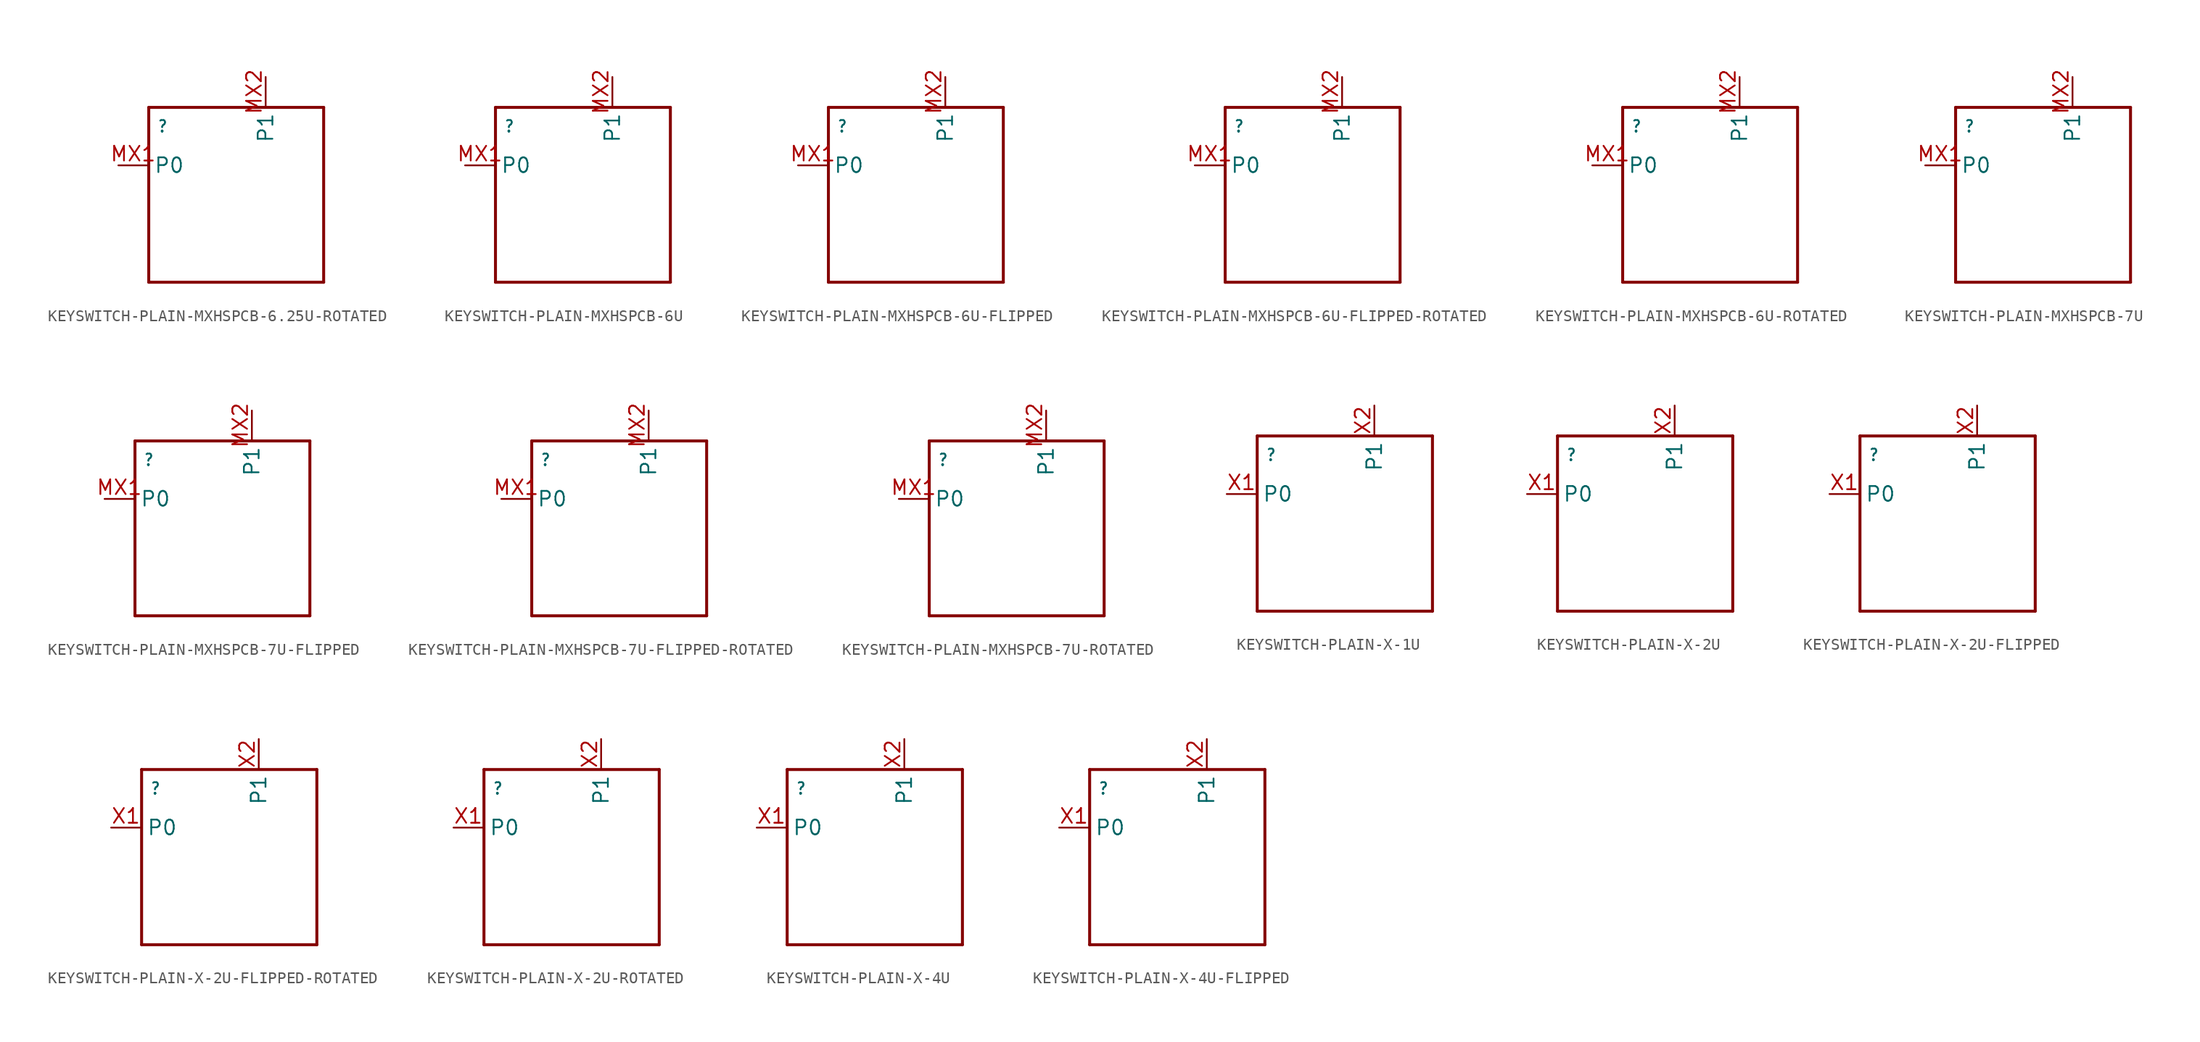
<source format=kicad_sym>
(kicad_symbol_lib
  (version 20211014)
  (generator kicad_symbol_editor)
  (symbol "KEYSWITCH-PLAIN-MXHSPCB-6.25U-ROTATED"
    (property "Reference" ""
      (at -6.81 5.318 0)
      (effects (font (size 1 0.85)) (justify left bottom)))
    (property "ki_locked" ""
      (at 0 0 0)
      (effects (font (size 1.27 1.27))))
    (symbol "KEYSWITCH-PLAIN-MXHSPCB-6.25U-ROTATED_1_0"
      (polyline (pts (xy -7.54 -7.54) (xy -7.54 7.54)) (stroke (width 0.254) (type default) (color 0 0 0 0)) (fill (type none)))
      (polyline (pts (xy -7.54 7.54) (xy 7.54 7.54)) (stroke (width 0.254) (type default) (color 0 0 0 0)) (fill (type none)))
      (polyline (pts (xy 7.54 -7.54) (xy -7.54 -7.54)) (stroke (width 0.254) (type default) (color 0 0 0 0)) (fill (type none)))
      (polyline (pts (xy 7.54 7.54) (xy 7.54 -7.54)) (stroke (width 0.254) (type default) (color 0 0 0 0)) (fill (type none)))
      (pin bidirectional line (at -10.16 2.54 0) (length 2.54) (name "P0" (effects (font (size 1.27 1.27)))) (number "MX1" (effects (font (size 1.27 1.27)))))
      (pin bidirectional line (at 2.54 10.16 270) (length 2.54) (name "P1" (effects (font (size 1.27 1.27)))) (number "MX2" (effects (font (size 1.27 1.27)))))))
  (symbol "KEYSWITCH-PLAIN-MXHSPCB-6U"
    (property "Reference" ""
      (at -6.81 5.318 0)
      (effects (font (size 1 0.85)) (justify left bottom)))
    (property "ki_locked" ""
      (at 0 0 0)
      (effects (font (size 1.27 1.27))))
    (symbol "KEYSWITCH-PLAIN-MXHSPCB-6U_1_0"
      (polyline (pts (xy -7.54 -7.54) (xy -7.54 7.54)) (stroke (width 0.254) (type default) (color 0 0 0 0)) (fill (type none)))
      (polyline (pts (xy -7.54 7.54) (xy 7.54 7.54)) (stroke (width 0.254) (type default) (color 0 0 0 0)) (fill (type none)))
      (polyline (pts (xy 7.54 -7.54) (xy -7.54 -7.54)) (stroke (width 0.254) (type default) (color 0 0 0 0)) (fill (type none)))
      (polyline (pts (xy 7.54 7.54) (xy 7.54 -7.54)) (stroke (width 0.254) (type default) (color 0 0 0 0)) (fill (type none)))
      (pin bidirectional line (at -10.16 2.54 0) (length 2.54) (name "P0" (effects (font (size 1.27 1.27)))) (number "MX1" (effects (font (size 1.27 1.27)))))
      (pin bidirectional line (at 2.54 10.16 270) (length 2.54) (name "P1" (effects (font (size 1.27 1.27)))) (number "MX2" (effects (font (size 1.27 1.27)))))))
  (symbol "KEYSWITCH-PLAIN-MXHSPCB-6U-FLIPPED"
    (property "Reference" ""
      (at -6.81 5.318 0)
      (effects (font (size 1 0.85)) (justify left bottom)))
    (property "ki_locked" ""
      (at 0 0 0)
      (effects (font (size 1.27 1.27))))
    (symbol "KEYSWITCH-PLAIN-MXHSPCB-6U-FLIPPED_1_0"
      (polyline (pts (xy -7.54 -7.54) (xy -7.54 7.54)) (stroke (width 0.254) (type default) (color 0 0 0 0)) (fill (type none)))
      (polyline (pts (xy -7.54 7.54) (xy 7.54 7.54)) (stroke (width 0.254) (type default) (color 0 0 0 0)) (fill (type none)))
      (polyline (pts (xy 7.54 -7.54) (xy -7.54 -7.54)) (stroke (width 0.254) (type default) (color 0 0 0 0)) (fill (type none)))
      (polyline (pts (xy 7.54 7.54) (xy 7.54 -7.54)) (stroke (width 0.254) (type default) (color 0 0 0 0)) (fill (type none)))
      (pin bidirectional line (at -10.16 2.54 0) (length 2.54) (name "P0" (effects (font (size 1.27 1.27)))) (number "MX1" (effects (font (size 1.27 1.27)))))
      (pin bidirectional line (at 2.54 10.16 270) (length 2.54) (name "P1" (effects (font (size 1.27 1.27)))) (number "MX2" (effects (font (size 1.27 1.27)))))))
  (symbol "KEYSWITCH-PLAIN-MXHSPCB-6U-FLIPPED-ROTATED"
    (property "Reference" ""
      (at -6.81 5.318 0)
      (effects (font (size 1 0.85)) (justify left bottom)))
    (property "ki_locked" ""
      (at 0 0 0)
      (effects (font (size 1.27 1.27))))
    (symbol "KEYSWITCH-PLAIN-MXHSPCB-6U-FLIPPED-ROTATED_1_0"
      (polyline (pts (xy -7.54 -7.54) (xy -7.54 7.54)) (stroke (width 0.254) (type default) (color 0 0 0 0)) (fill (type none)))
      (polyline (pts (xy -7.54 7.54) (xy 7.54 7.54)) (stroke (width 0.254) (type default) (color 0 0 0 0)) (fill (type none)))
      (polyline (pts (xy 7.54 -7.54) (xy -7.54 -7.54)) (stroke (width 0.254) (type default) (color 0 0 0 0)) (fill (type none)))
      (polyline (pts (xy 7.54 7.54) (xy 7.54 -7.54)) (stroke (width 0.254) (type default) (color 0 0 0 0)) (fill (type none)))
      (pin bidirectional line (at -10.16 2.54 0) (length 2.54) (name "P0" (effects (font (size 1.27 1.27)))) (number "MX1" (effects (font (size 1.27 1.27)))))
      (pin bidirectional line (at 2.54 10.16 270) (length 2.54) (name "P1" (effects (font (size 1.27 1.27)))) (number "MX2" (effects (font (size 1.27 1.27)))))))
  (symbol "KEYSWITCH-PLAIN-MXHSPCB-6U-ROTATED"
    (property "Reference" ""
      (at -6.81 5.318 0)
      (effects (font (size 1 0.85)) (justify left bottom)))
    (property "ki_locked" ""
      (at 0 0 0)
      (effects (font (size 1.27 1.27))))
    (symbol "KEYSWITCH-PLAIN-MXHSPCB-6U-ROTATED_1_0"
      (polyline (pts (xy -7.54 -7.54) (xy -7.54 7.54)) (stroke (width 0.254) (type default) (color 0 0 0 0)) (fill (type none)))
      (polyline (pts (xy -7.54 7.54) (xy 7.54 7.54)) (stroke (width 0.254) (type default) (color 0 0 0 0)) (fill (type none)))
      (polyline (pts (xy 7.54 -7.54) (xy -7.54 -7.54)) (stroke (width 0.254) (type default) (color 0 0 0 0)) (fill (type none)))
      (polyline (pts (xy 7.54 7.54) (xy 7.54 -7.54)) (stroke (width 0.254) (type default) (color 0 0 0 0)) (fill (type none)))
      (pin bidirectional line (at -10.16 2.54 0) (length 2.54) (name "P0" (effects (font (size 1.27 1.27)))) (number "MX1" (effects (font (size 1.27 1.27)))))
      (pin bidirectional line (at 2.54 10.16 270) (length 2.54) (name "P1" (effects (font (size 1.27 1.27)))) (number "MX2" (effects (font (size 1.27 1.27)))))))
  (symbol "KEYSWITCH-PLAIN-MXHSPCB-7U"
    (property "Reference" ""
      (at -6.81 5.318 0)
      (effects (font (size 1 0.85)) (justify left bottom)))
    (property "ki_locked" ""
      (at 0 0 0)
      (effects (font (size 1.27 1.27))))
    (symbol "KEYSWITCH-PLAIN-MXHSPCB-7U_1_0"
      (polyline (pts (xy -7.54 -7.54) (xy -7.54 7.54)) (stroke (width 0.254) (type default) (color 0 0 0 0)) (fill (type none)))
      (polyline (pts (xy -7.54 7.54) (xy 7.54 7.54)) (stroke (width 0.254) (type default) (color 0 0 0 0)) (fill (type none)))
      (polyline (pts (xy 7.54 -7.54) (xy -7.54 -7.54)) (stroke (width 0.254) (type default) (color 0 0 0 0)) (fill (type none)))
      (polyline (pts (xy 7.54 7.54) (xy 7.54 -7.54)) (stroke (width 0.254) (type default) (color 0 0 0 0)) (fill (type none)))
      (pin bidirectional line (at -10.16 2.54 0) (length 2.54) (name "P0" (effects (font (size 1.27 1.27)))) (number "MX1" (effects (font (size 1.27 1.27)))))
      (pin bidirectional line (at 2.54 10.16 270) (length 2.54) (name "P1" (effects (font (size 1.27 1.27)))) (number "MX2" (effects (font (size 1.27 1.27)))))))
  (symbol "KEYSWITCH-PLAIN-MXHSPCB-7U-FLIPPED"
    (property "Reference" ""
      (at -6.81 5.318 0)
      (effects (font (size 1 0.85)) (justify left bottom)))
    (property "ki_locked" ""
      (at 0 0 0)
      (effects (font (size 1.27 1.27))))
    (symbol "KEYSWITCH-PLAIN-MXHSPCB-7U-FLIPPED_1_0"
      (polyline (pts (xy -7.54 -7.54) (xy -7.54 7.54)) (stroke (width 0.254) (type default) (color 0 0 0 0)) (fill (type none)))
      (polyline (pts (xy -7.54 7.54) (xy 7.54 7.54)) (stroke (width 0.254) (type default) (color 0 0 0 0)) (fill (type none)))
      (polyline (pts (xy 7.54 -7.54) (xy -7.54 -7.54)) (stroke (width 0.254) (type default) (color 0 0 0 0)) (fill (type none)))
      (polyline (pts (xy 7.54 7.54) (xy 7.54 -7.54)) (stroke (width 0.254) (type default) (color 0 0 0 0)) (fill (type none)))
      (pin bidirectional line (at -10.16 2.54 0) (length 2.54) (name "P0" (effects (font (size 1.27 1.27)))) (number "MX1" (effects (font (size 1.27 1.27)))))
      (pin bidirectional line (at 2.54 10.16 270) (length 2.54) (name "P1" (effects (font (size 1.27 1.27)))) (number "MX2" (effects (font (size 1.27 1.27)))))))
  (symbol "KEYSWITCH-PLAIN-MXHSPCB-7U-FLIPPED-ROTATED"
    (property "Reference" ""
      (at -6.81 5.318 0)
      (effects (font (size 1 0.85)) (justify left bottom)))
    (property "ki_locked" ""
      (at 0 0 0)
      (effects (font (size 1.27 1.27))))
    (symbol "KEYSWITCH-PLAIN-MXHSPCB-7U-FLIPPED-ROTATED_1_0"
      (polyline (pts (xy -7.54 -7.54) (xy -7.54 7.54)) (stroke (width 0.254) (type default) (color 0 0 0 0)) (fill (type none)))
      (polyline (pts (xy -7.54 7.54) (xy 7.54 7.54)) (stroke (width 0.254) (type default) (color 0 0 0 0)) (fill (type none)))
      (polyline (pts (xy 7.54 -7.54) (xy -7.54 -7.54)) (stroke (width 0.254) (type default) (color 0 0 0 0)) (fill (type none)))
      (polyline (pts (xy 7.54 7.54) (xy 7.54 -7.54)) (stroke (width 0.254) (type default) (color 0 0 0 0)) (fill (type none)))
      (pin bidirectional line (at -10.16 2.54 0) (length 2.54) (name "P0" (effects (font (size 1.27 1.27)))) (number "MX1" (effects (font (size 1.27 1.27)))))
      (pin bidirectional line (at 2.54 10.16 270) (length 2.54) (name "P1" (effects (font (size 1.27 1.27)))) (number "MX2" (effects (font (size 1.27 1.27)))))))
  (symbol "KEYSWITCH-PLAIN-MXHSPCB-7U-ROTATED"
    (property "Reference" ""
      (at -6.81 5.318 0)
      (effects (font (size 1 0.85)) (justify left bottom)))
    (property "ki_locked" ""
      (at 0 0 0)
      (effects (font (size 1.27 1.27))))
    (symbol "KEYSWITCH-PLAIN-MXHSPCB-7U-ROTATED_1_0"
      (polyline (pts (xy -7.54 -7.54) (xy -7.54 7.54)) (stroke (width 0.254) (type default) (color 0 0 0 0)) (fill (type none)))
      (polyline (pts (xy -7.54 7.54) (xy 7.54 7.54)) (stroke (width 0.254) (type default) (color 0 0 0 0)) (fill (type none)))
      (polyline (pts (xy 7.54 -7.54) (xy -7.54 -7.54)) (stroke (width 0.254) (type default) (color 0 0 0 0)) (fill (type none)))
      (polyline (pts (xy 7.54 7.54) (xy 7.54 -7.54)) (stroke (width 0.254) (type default) (color 0 0 0 0)) (fill (type none)))
      (pin bidirectional line (at -10.16 2.54 0) (length 2.54) (name "P0" (effects (font (size 1.27 1.27)))) (number "MX1" (effects (font (size 1.27 1.27)))))
      (pin bidirectional line (at 2.54 10.16 270) (length 2.54) (name "P1" (effects (font (size 1.27 1.27)))) (number "MX2" (effects (font (size 1.27 1.27)))))))
  (symbol "KEYSWITCH-PLAIN-X-1U"
    (property "Reference" ""
      (at -6.81 5.318 0)
      (effects (font (size 1 0.85)) (justify left bottom)))
    (property "ki_locked" ""
      (at 0 0 0)
      (effects (font (size 1.27 1.27))))
    (symbol "KEYSWITCH-PLAIN-X-1U_1_0"
      (polyline (pts (xy -7.54 -7.54) (xy -7.54 7.54)) (stroke (width 0.254) (type default) (color 0 0 0 0)) (fill (type none)))
      (polyline (pts (xy -7.54 7.54) (xy 7.54 7.54)) (stroke (width 0.254) (type default) (color 0 0 0 0)) (fill (type none)))
      (polyline (pts (xy 7.54 -7.54) (xy -7.54 -7.54)) (stroke (width 0.254) (type default) (color 0 0 0 0)) (fill (type none)))
      (polyline (pts (xy 7.54 7.54) (xy 7.54 -7.54)) (stroke (width 0.254) (type default) (color 0 0 0 0)) (fill (type none)))
      (pin bidirectional line (at -10.16 2.54 0) (length 2.54) (name "P0" (effects (font (size 1.27 1.27)))) (number "X1" (effects (font (size 1.27 1.27)))))
      (pin bidirectional line (at 2.54 10.16 270) (length 2.54) (name "P1" (effects (font (size 1.27 1.27)))) (number "X2" (effects (font (size 1.27 1.27)))))))
  (symbol "KEYSWITCH-PLAIN-X-2U"
    (property "Reference" ""
      (at -6.81 5.318 0)
      (effects (font (size 1 0.85)) (justify left bottom)))
    (property "ki_locked" ""
      (at 0 0 0)
      (effects (font (size 1.27 1.27))))
    (symbol "KEYSWITCH-PLAIN-X-2U_1_0"
      (polyline (pts (xy -7.54 -7.54) (xy -7.54 7.54)) (stroke (width 0.254) (type default) (color 0 0 0 0)) (fill (type none)))
      (polyline (pts (xy -7.54 7.54) (xy 7.54 7.54)) (stroke (width 0.254) (type default) (color 0 0 0 0)) (fill (type none)))
      (polyline (pts (xy 7.54 -7.54) (xy -7.54 -7.54)) (stroke (width 0.254) (type default) (color 0 0 0 0)) (fill (type none)))
      (polyline (pts (xy 7.54 7.54) (xy 7.54 -7.54)) (stroke (width 0.254) (type default) (color 0 0 0 0)) (fill (type none)))
      (pin bidirectional line (at -10.16 2.54 0) (length 2.54) (name "P0" (effects (font (size 1.27 1.27)))) (number "X1" (effects (font (size 1.27 1.27)))))
      (pin bidirectional line (at 2.54 10.16 270) (length 2.54) (name "P1" (effects (font (size 1.27 1.27)))) (number "X2" (effects (font (size 1.27 1.27)))))))
  (symbol "KEYSWITCH-PLAIN-X-2U-FLIPPED"
    (property "Reference" ""
      (at -6.81 5.318 0)
      (effects (font (size 1 0.85)) (justify left bottom)))
    (property "ki_locked" ""
      (at 0 0 0)
      (effects (font (size 1.27 1.27))))
    (symbol "KEYSWITCH-PLAIN-X-2U-FLIPPED_1_0"
      (polyline (pts (xy -7.54 -7.54) (xy -7.54 7.54)) (stroke (width 0.254) (type default) (color 0 0 0 0)) (fill (type none)))
      (polyline (pts (xy -7.54 7.54) (xy 7.54 7.54)) (stroke (width 0.254) (type default) (color 0 0 0 0)) (fill (type none)))
      (polyline (pts (xy 7.54 -7.54) (xy -7.54 -7.54)) (stroke (width 0.254) (type default) (color 0 0 0 0)) (fill (type none)))
      (polyline (pts (xy 7.54 7.54) (xy 7.54 -7.54)) (stroke (width 0.254) (type default) (color 0 0 0 0)) (fill (type none)))
      (pin bidirectional line (at -10.16 2.54 0) (length 2.54) (name "P0" (effects (font (size 1.27 1.27)))) (number "X1" (effects (font (size 1.27 1.27)))))
      (pin bidirectional line (at 2.54 10.16 270) (length 2.54) (name "P1" (effects (font (size 1.27 1.27)))) (number "X2" (effects (font (size 1.27 1.27)))))))
  (symbol "KEYSWITCH-PLAIN-X-2U-FLIPPED-ROTATED"
    (property "Reference" ""
      (at -6.81 5.318 0)
      (effects (font (size 1 0.85)) (justify left bottom)))
    (property "ki_locked" ""
      (at 0 0 0)
      (effects (font (size 1.27 1.27))))
    (symbol "KEYSWITCH-PLAIN-X-2U-FLIPPED-ROTATED_1_0"
      (polyline (pts (xy -7.54 -7.54) (xy -7.54 7.54)) (stroke (width 0.254) (type default) (color 0 0 0 0)) (fill (type none)))
      (polyline (pts (xy -7.54 7.54) (xy 7.54 7.54)) (stroke (width 0.254) (type default) (color 0 0 0 0)) (fill (type none)))
      (polyline (pts (xy 7.54 -7.54) (xy -7.54 -7.54)) (stroke (width 0.254) (type default) (color 0 0 0 0)) (fill (type none)))
      (polyline (pts (xy 7.54 7.54) (xy 7.54 -7.54)) (stroke (width 0.254) (type default) (color 0 0 0 0)) (fill (type none)))
      (pin bidirectional line (at -10.16 2.54 0) (length 2.54) (name "P0" (effects (font (size 1.27 1.27)))) (number "X1" (effects (font (size 1.27 1.27)))))
      (pin bidirectional line (at 2.54 10.16 270) (length 2.54) (name "P1" (effects (font (size 1.27 1.27)))) (number "X2" (effects (font (size 1.27 1.27)))))))
  (symbol "KEYSWITCH-PLAIN-X-2U-ROTATED"
    (property "Reference" ""
      (at -6.81 5.318 0)
      (effects (font (size 1 0.85)) (justify left bottom)))
    (property "ki_locked" ""
      (at 0 0 0)
      (effects (font (size 1.27 1.27))))
    (symbol "KEYSWITCH-PLAIN-X-2U-ROTATED_1_0"
      (polyline (pts (xy -7.54 -7.54) (xy -7.54 7.54)) (stroke (width 0.254) (type default) (color 0 0 0 0)) (fill (type none)))
      (polyline (pts (xy -7.54 7.54) (xy 7.54 7.54)) (stroke (width 0.254) (type default) (color 0 0 0 0)) (fill (type none)))
      (polyline (pts (xy 7.54 -7.54) (xy -7.54 -7.54)) (stroke (width 0.254) (type default) (color 0 0 0 0)) (fill (type none)))
      (polyline (pts (xy 7.54 7.54) (xy 7.54 -7.54)) (stroke (width 0.254) (type default) (color 0 0 0 0)) (fill (type none)))
      (pin bidirectional line (at -10.16 2.54 0) (length 2.54) (name "P0" (effects (font (size 1.27 1.27)))) (number "X1" (effects (font (size 1.27 1.27)))))
      (pin bidirectional line (at 2.54 10.16 270) (length 2.54) (name "P1" (effects (font (size 1.27 1.27)))) (number "X2" (effects (font (size 1.27 1.27)))))))
  (symbol "KEYSWITCH-PLAIN-X-4U"
    (property "Reference" ""
      (at -6.81 5.318 0)
      (effects (font (size 1 0.85)) (justify left bottom)))
    (property "ki_locked" ""
      (at 0 0 0)
      (effects (font (size 1.27 1.27))))
    (symbol "KEYSWITCH-PLAIN-X-4U_1_0"
      (polyline (pts (xy -7.54 -7.54) (xy -7.54 7.54)) (stroke (width 0.254) (type default) (color 0 0 0 0)) (fill (type none)))
      (polyline (pts (xy -7.54 7.54) (xy 7.54 7.54)) (stroke (width 0.254) (type default) (color 0 0 0 0)) (fill (type none)))
      (polyline (pts (xy 7.54 -7.54) (xy -7.54 -7.54)) (stroke (width 0.254) (type default) (color 0 0 0 0)) (fill (type none)))
      (polyline (pts (xy 7.54 7.54) (xy 7.54 -7.54)) (stroke (width 0.254) (type default) (color 0 0 0 0)) (fill (type none)))
      (pin bidirectional line (at -10.16 2.54 0) (length 2.54) (name "P0" (effects (font (size 1.27 1.27)))) (number "X1" (effects (font (size 1.27 1.27)))))
      (pin bidirectional line (at 2.54 10.16 270) (length 2.54) (name "P1" (effects (font (size 1.27 1.27)))) (number "X2" (effects (font (size 1.27 1.27)))))))
  (symbol "KEYSWITCH-PLAIN-X-4U-FLIPPED"
    (property "Reference" ""
      (at -6.81 5.318 0)
      (effects (font (size 1 0.85)) (justify left bottom)))
    (property "ki_locked" ""
      (at 0 0 0)
      (effects (font (size 1.27 1.27))))
    (symbol "KEYSWITCH-PLAIN-X-4U-FLIPPED_1_0"
      (polyline (pts (xy -7.54 -7.54) (xy -7.54 7.54)) (stroke (width 0.254) (type default) (color 0 0 0 0)) (fill (type none)))
      (polyline (pts (xy -7.54 7.54) (xy 7.54 7.54)) (stroke (width 0.254) (type default) (color 0 0 0 0)) (fill (type none)))
      (polyline (pts (xy 7.54 -7.54) (xy -7.54 -7.54)) (stroke (width 0.254) (type default) (color 0 0 0 0)) (fill (type none)))
      (polyline (pts (xy 7.54 7.54) (xy 7.54 -7.54)) (stroke (width 0.254) (type default) (color 0 0 0 0)) (fill (type none)))
      (pin bidirectional line (at -10.16 2.54 0) (length 2.54) (name "P0" (effects (font (size 1.27 1.27)))) (number "X1" (effects (font (size 1.27 1.27)))))
      (pin bidirectional line (at 2.54 10.16 270) (length 2.54) (name "P1" (effects (font (size 1.27 1.27)))) (number "X2" (effects (font (size 1.27 1.27))))))))
</source>
